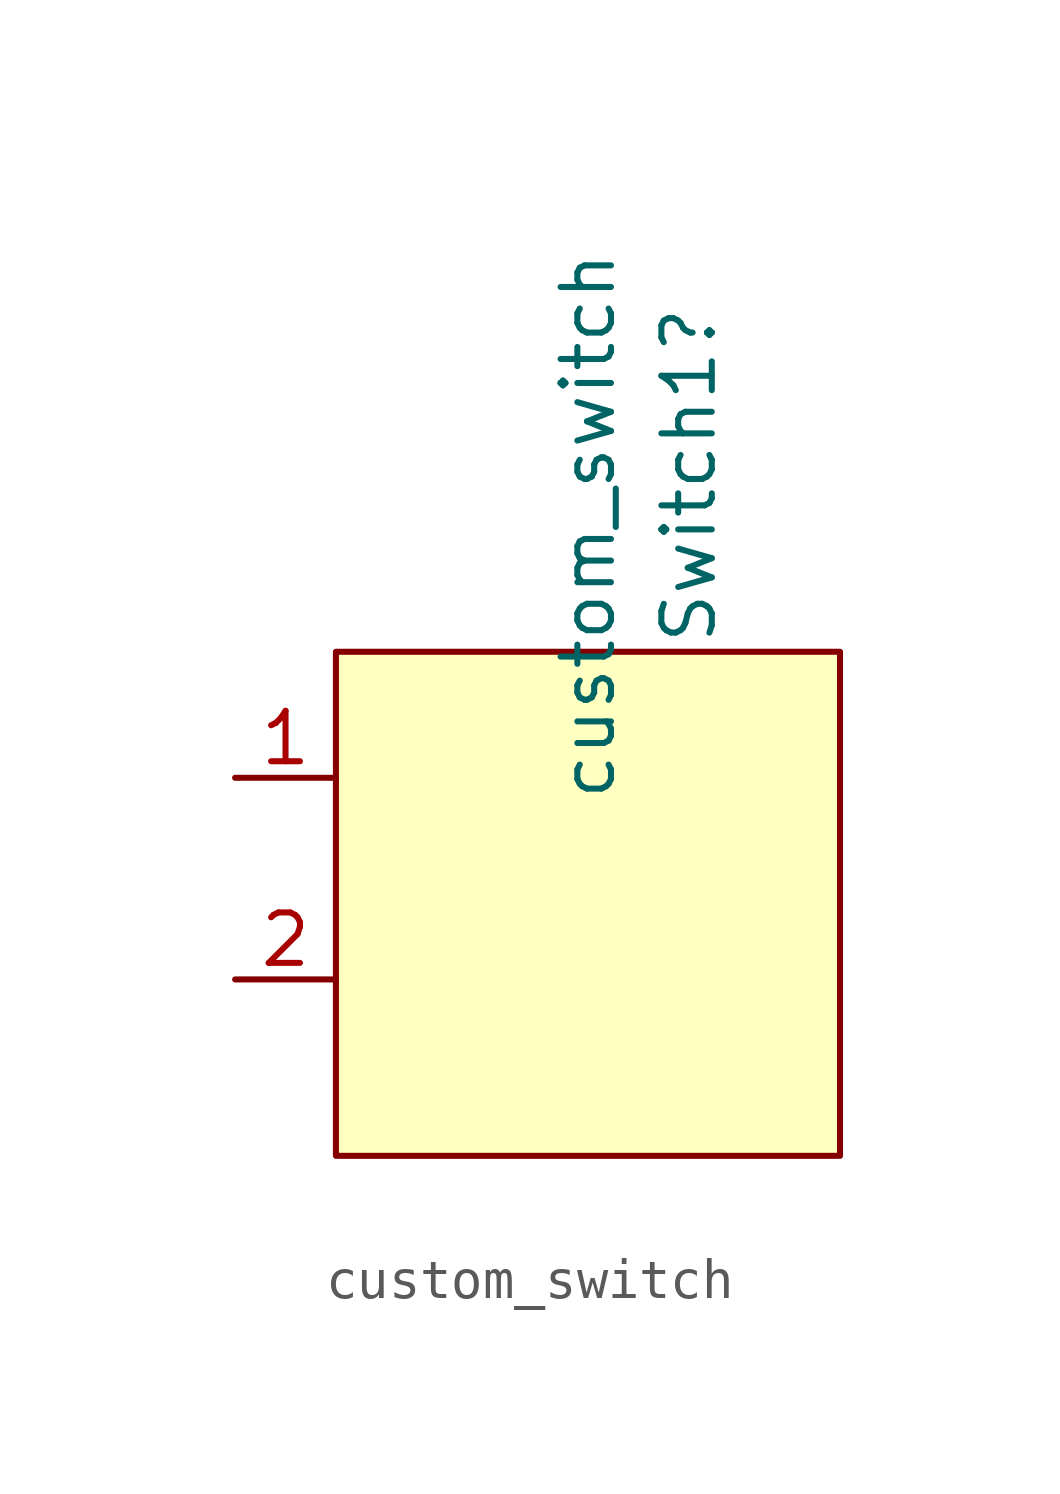
<source format=kicad_sym>
(kicad_symbol_lib
  (version 20211014)
  (generator kicad_symbol_editor)
  (symbol "custom_switch"
    (pin_names
      (offset 1.016))
    (property "Reference" "Switch1"
      (at 2.54 10.795 90)
      (effects (font (size 1.27 1.27))))
    (property "Value" "custom_switch"
      (at 0 9.525 90)
      (effects (font (size 1.27 1.27))))
    (symbol "custom_switch_0_1"
      (rectangle (start -6.35 6.35) (end 6.35 -6.35) (stroke (width 0) (type default) (color 0 0 0 0)) (fill (type background))))
    (symbol "custom_switch_1_1"
      (pin passive line (at -8.89 3.175 0) (length 2.54) (name "" (effects (font (size 1.27 1.27)))) (number "1" (effects (font (size 1.27 1.27)))))
      (pin passive line (at -8.89 -1.905 0) (length 2.54) (name "" (effects (font (size 1.27 1.27)))) (number "2" (effects (font (size 1.27 1.27))))))))
</source>
